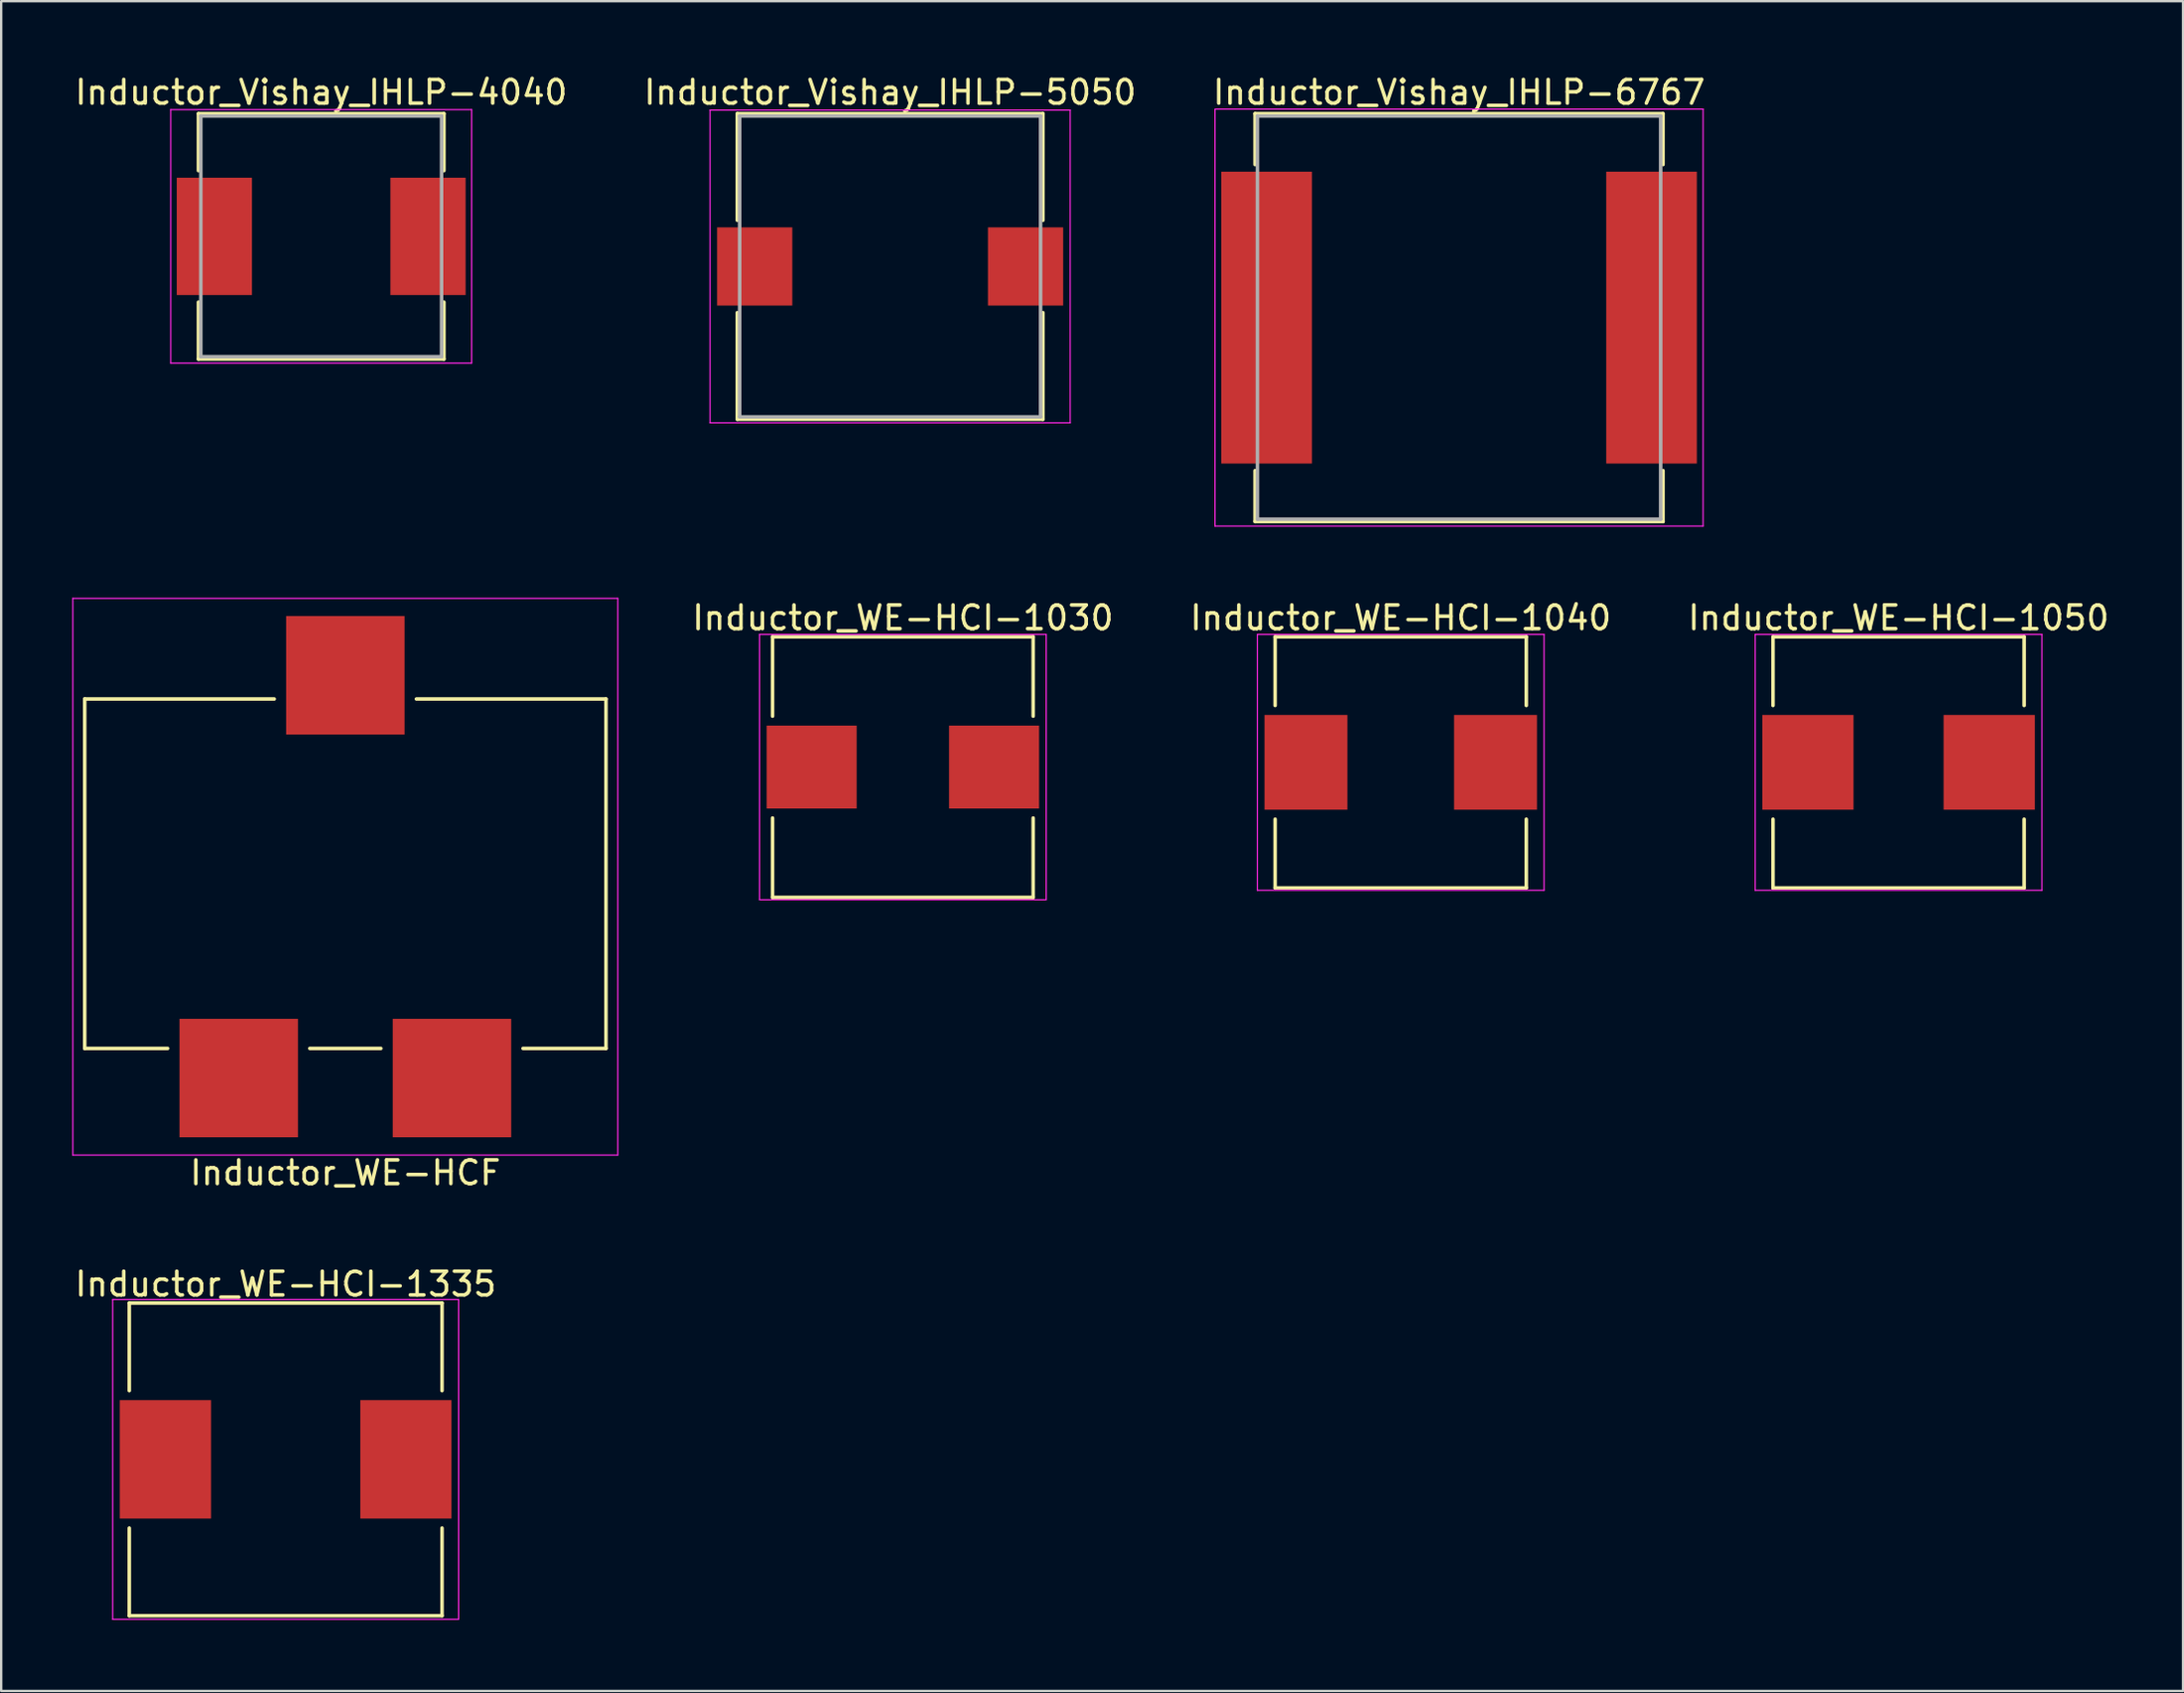
<source format=kicad_pcb>
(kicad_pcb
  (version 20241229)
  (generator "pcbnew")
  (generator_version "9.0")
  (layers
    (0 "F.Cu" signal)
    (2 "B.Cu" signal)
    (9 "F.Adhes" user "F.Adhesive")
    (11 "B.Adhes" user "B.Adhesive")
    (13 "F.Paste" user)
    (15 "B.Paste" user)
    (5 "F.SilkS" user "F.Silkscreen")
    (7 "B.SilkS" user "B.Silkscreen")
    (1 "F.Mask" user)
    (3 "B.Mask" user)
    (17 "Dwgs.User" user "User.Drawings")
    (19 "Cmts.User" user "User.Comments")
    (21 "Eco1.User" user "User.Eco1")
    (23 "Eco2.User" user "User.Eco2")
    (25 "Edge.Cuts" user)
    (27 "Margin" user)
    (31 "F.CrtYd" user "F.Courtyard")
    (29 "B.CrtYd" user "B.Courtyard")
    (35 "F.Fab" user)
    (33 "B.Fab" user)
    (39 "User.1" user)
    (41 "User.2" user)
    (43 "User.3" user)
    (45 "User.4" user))
  (footprint "Inductor_WE-HCF"
    (layer "F.Cu")
    (at 11.525 33.957)
    (property "Reference" "Inductor_WE-HCF" (at 0 12.5 0) (layer "F.SilkS") (effects (font (size 1 1) (thickness 0.15))))
    (attr smd)
    (fp_line (start -11 -7.5) (end -11 7.25) (stroke (width 0.15) (type solid)) (layer "F.SilkS"))
    (fp_line (start -7.5 7.25) (end -11 7.25) (stroke (width 0.15) (type solid)) (layer "F.SilkS"))
    (fp_line (start -3 -7.5) (end -11 -7.5) (stroke (width 0.15) (type solid)) (layer "F.SilkS"))
    (fp_line (start 1.5 7.25) (end -1.5 7.25) (stroke (width 0.15) (type solid)) (layer "F.SilkS"))
    (fp_line (start 11 -7.5) (end 3 -7.5) (stroke (width 0.15) (type solid)) (layer "F.SilkS"))
    (fp_line (start 11 -7.5) (end 11 7.25) (stroke (width 0.15) (type solid)) (layer "F.SilkS"))
    (fp_line (start 11 7.25) (end 7.5 7.25) (stroke (width 0.15) (type solid)) (layer "F.SilkS"))
    (fp_line (start -11.5 -11.75) (end -11.5 11.75) (stroke (width 0.05) (type solid)) (layer "F.CrtYd"))
    (fp_line (start -11.5 11.75) (end 11.5 11.75) (stroke (width 0.05) (type solid)) (layer "F.CrtYd"))
    (fp_line (start 11.5 -11.75) (end -11.5 -11.75) (stroke (width 0.05) (type solid)) (layer "F.CrtYd"))
    (fp_line (start 11.5 11.75) (end 11.5 -11.75) (stroke (width 0.05) (type solid)) (layer "F.CrtYd"))
    (pad "" smd rect (at 0 -8.5) (size 5 5) (layers "F.Cu" "F.Mask" "F.Paste"))
    (pad "1" smd rect (at -4.5 8.5) (size 5 5) (layers "F.Cu" "F.Mask" "F.Paste"))
    (pad "2" smd rect (at 4.5 8.5) (size 5 5) (layers "F.Cu" "F.Mask" "F.Paste")))
  (footprint "Inductor_WE-HCI-1040"
    (layer "F.Cu")
    (at 56.068 29.131)
    (property "Reference" "Inductor_WE-HCI-1040" (at 0 -6.1 0) (layer "F.SilkS") (effects (font (size 1 1) (thickness 0.15))))
    (attr smd)
    (fp_line (start -5.3 -5.3) (end 5.3 -5.3) (stroke (width 0.15) (type solid)) (layer "F.SilkS"))
    (fp_line (start -5.3 -2.4) (end -5.3 -5.3) (stroke (width 0.15) (type solid)) (layer "F.SilkS"))
    (fp_line (start -5.3 2.4) (end -5.3 5.3) (stroke (width 0.15) (type solid)) (layer "F.SilkS"))
    (fp_line (start -5.3 5.3) (end 5.3 5.3) (stroke (width 0.15) (type solid)) (layer "F.SilkS"))
    (fp_line (start 5.3 -5.3) (end 5.3 -2.4) (stroke (width 0.15) (type solid)) (layer "F.SilkS"))
    (fp_line (start 5.3 5.3) (end 5.3 2.4) (stroke (width 0.15) (type solid)) (layer "F.SilkS"))
    (fp_line (start -6.05 -5.4) (end -6.05 5.4) (stroke (width 0.05) (type solid)) (layer "F.CrtYd"))
    (fp_line (start -6.05 5.4) (end 6.05 5.4) (stroke (width 0.05) (type solid)) (layer "F.CrtYd"))
    (fp_line (start 6.05 -5.4) (end -6.05 -5.4) (stroke (width 0.05) (type solid)) (layer "F.CrtYd"))
    (fp_line (start 6.05 5.4) (end 6.05 -5.4) (stroke (width 0.05) (type solid)) (layer "F.CrtYd"))
    (pad "1" smd rect (at -4 0) (size 3.5 4) (layers "F.Cu" "F.Mask" "F.Paste"))
    (pad "2" smd rect (at 4 0) (size 3.5 4) (layers "F.Cu" "F.Mask" "F.Paste")))
  (footprint "Inductor_WE-HCI-1050"
    (layer "F.Cu")
    (at 77.08 29.131)
    (property "Reference" "Inductor_WE-HCI-1050" (at 0 -6.1 0) (layer "F.SilkS") (effects (font (size 1 1) (thickness 0.15))))
    (attr smd)
    (fp_line (start -5.3 -5.3) (end 5.3 -5.3) (stroke (width 0.15) (type solid)) (layer "F.SilkS"))
    (fp_line (start -5.3 -2.4) (end -5.3 -5.3) (stroke (width 0.15) (type solid)) (layer "F.SilkS"))
    (fp_line (start -5.3 2.4) (end -5.3 5.3) (stroke (width 0.15) (type solid)) (layer "F.SilkS"))
    (fp_line (start -5.3 5.3) (end 5.3 5.3) (stroke (width 0.15) (type solid)) (layer "F.SilkS"))
    (fp_line (start 5.3 -5.3) (end 5.3 -2.4) (stroke (width 0.15) (type solid)) (layer "F.SilkS"))
    (fp_line (start 5.3 5.3) (end 5.3 2.4) (stroke (width 0.15) (type solid)) (layer "F.SilkS"))
    (fp_line (start -6.05 -5.4) (end -6.05 5.4) (stroke (width 0.05) (type solid)) (layer "F.CrtYd"))
    (fp_line (start -6.05 5.4) (end 6.05 5.4) (stroke (width 0.05) (type solid)) (layer "F.CrtYd"))
    (fp_line (start 6.05 -5.4) (end -6.05 -5.4) (stroke (width 0.05) (type solid)) (layer "F.CrtYd"))
    (fp_line (start 6.05 5.4) (end 6.05 -5.4) (stroke (width 0.05) (type solid)) (layer "F.CrtYd"))
    (pad "1" smd rect (at -3.825 0) (size 3.85 4) (layers "F.Cu" "F.Mask" "F.Paste"))
    (pad "2" smd rect (at 3.825 0) (size 3.85 4) (layers "F.Cu" "F.Mask" "F.Paste")))
  (footprint "Inductor_Vishay_IHLP-5050"
    (layer "F.Cu")
    (at 34.518 8.198)
    (property "Reference" "Inductor_Vishay_IHLP-5050" (at 0 -7.35 0) (layer "F.SilkS") (effects (font (size 1 1) (thickness 0.15))))
    (attr smd)
    (fp_line (start -6.45 -6.45) (end 6.45 -6.45) (stroke (width 0.15) (type solid)) (layer "F.SilkS"))
    (fp_line (start -6.45 -1.95) (end -6.45 -6.45) (stroke (width 0.15) (type solid)) (layer "F.SilkS"))
    (fp_line (start -6.45 1.95) (end -6.45 6.45) (stroke (width 0.15) (type solid)) (layer "F.SilkS"))
    (fp_line (start -6.45 6.45) (end 6.45 6.45) (stroke (width 0.15) (type solid)) (layer "F.SilkS"))
    (fp_line (start 6.45 -6.45) (end 6.45 -1.95) (stroke (width 0.15) (type solid)) (layer "F.SilkS"))
    (fp_line (start 6.45 6.45) (end 6.45 1.95) (stroke (width 0.15) (type solid)) (layer "F.SilkS"))
    (fp_line (start -7.6 -6.6) (end -7.6 6.6) (stroke (width 0.05) (type solid)) (layer "F.CrtYd"))
    (fp_line (start -7.6 6.6) (end 7.6 6.6) (stroke (width 0.05) (type solid)) (layer "F.CrtYd"))
    (fp_line (start 7.6 -6.6) (end -7.6 -6.6) (stroke (width 0.05) (type solid)) (layer "F.CrtYd"))
    (fp_line (start 7.6 6.6) (end 7.6 -6.6) (stroke (width 0.05) (type solid)) (layer "F.CrtYd"))
    (fp_line (start -6.35 -6.35) (end -6.35 6.35) (stroke (width 0.15) (type solid)) (layer "F.Fab"))
    (fp_line (start -6.35 6.35) (end 6.35 6.35) (stroke (width 0.15) (type solid)) (layer "F.Fab"))
    (fp_line (start 6.35 -6.35) (end -6.35 -6.35) (stroke (width 0.15) (type solid)) (layer "F.Fab"))
    (fp_line (start 6.35 6.35) (end 6.35 -6.35) (stroke (width 0.15) (type solid)) (layer "F.Fab"))
    (pad "1" smd rect (at -5.715 0) (size 3.175 3.3) (layers "F.Cu" "F.Mask" "F.Paste"))
    (pad "2" smd rect (at 5.715 0) (size 3.175 3.3) (layers "F.Cu" "F.Mask" "F.Paste")))
  (footprint "Inductor_Vishay_IHLP-6767"
    (layer "F.Cu")
    (at 58.53 10.357)
    (property "Reference" "Inductor_Vishay_IHLP-6767" (at 0 -9.509 0) (layer "F.SilkS") (effects (font (size 1 1) (thickness 0.15))))
    (attr smd)
    (fp_line (start -8.609 -8.609) (end 8.609 -8.609) (stroke (width 0.15) (type solid)) (layer "F.SilkS"))
    (fp_line (start -8.609 -6.46) (end -8.609 -8.609) (stroke (width 0.15) (type solid)) (layer "F.SilkS"))
    (fp_line (start -8.609 6.46) (end -8.609 8.609) (stroke (width 0.15) (type solid)) (layer "F.SilkS"))
    (fp_line (start -8.609 8.609) (end 8.609 8.609) (stroke (width 0.15) (type solid)) (layer "F.SilkS"))
    (fp_line (start 8.609 -8.609) (end 8.609 -6.46) (stroke (width 0.15) (type solid)) (layer "F.SilkS"))
    (fp_line (start 8.609 8.609) (end 8.609 6.46) (stroke (width 0.15) (type solid)) (layer "F.SilkS"))
    (fp_line (start -10.3 -8.8) (end -10.3 8.8) (stroke (width 0.05) (type solid)) (layer "F.CrtYd"))
    (fp_line (start -10.3 8.8) (end 10.3 8.8) (stroke (width 0.05) (type solid)) (layer "F.CrtYd"))
    (fp_line (start 10.3 -8.8) (end -10.3 -8.8) (stroke (width 0.05) (type solid)) (layer "F.CrtYd"))
    (fp_line (start 10.3 8.8) (end 10.3 -8.8) (stroke (width 0.05) (type solid)) (layer "F.CrtYd"))
    (fp_line (start -8.509 -8.509) (end -8.509 8.509) (stroke (width 0.15) (type solid)) (layer "F.Fab"))
    (fp_line (start -8.509 8.509) (end 8.509 8.509) (stroke (width 0.15) (type solid)) (layer "F.Fab"))
    (fp_line (start 8.509 -8.509) (end -8.509 -8.509) (stroke (width 0.15) (type solid)) (layer "F.Fab"))
    (fp_line (start 8.509 8.509) (end 8.509 -8.509) (stroke (width 0.15) (type solid)) (layer "F.Fab"))
    (pad "1" smd rect (at -8.123 0) (size 3.825 12.32) (layers "F.Cu" "F.Mask" "F.Paste"))
    (pad "2" smd rect (at 8.123 0) (size 3.825 12.32) (layers "F.Cu" "F.Mask" "F.Paste")))
  (footprint "Inductor_WE-HCI-1335"
    (layer "F.Cu")
    (at 9.006 58.554)
    (property "Reference" "Inductor_WE-HCI-1335" (at 0 -7.4 0) (layer "F.SilkS") (effects (font (size 1 1) (thickness 0.15))))
    (attr smd)
    (fp_line (start -6.6 -6.6) (end 6.6 -6.6) (stroke (width 0.15) (type solid)) (layer "F.SilkS"))
    (fp_line (start -6.6 -2.9) (end -6.6 -6.6) (stroke (width 0.15) (type solid)) (layer "F.SilkS"))
    (fp_line (start -6.6 2.9) (end -6.6 6.6) (stroke (width 0.15) (type solid)) (layer "F.SilkS"))
    (fp_line (start -6.6 6.6) (end 6.6 6.6) (stroke (width 0.15) (type solid)) (layer "F.SilkS"))
    (fp_line (start 6.6 -6.6) (end 6.6 -2.9) (stroke (width 0.15) (type solid)) (layer "F.SilkS"))
    (fp_line (start 6.6 6.6) (end 6.6 2.9) (stroke (width 0.15) (type solid)) (layer "F.SilkS"))
    (fp_line (start -7.3 -6.75) (end -7.3 6.75) (stroke (width 0.05) (type solid)) (layer "F.CrtYd"))
    (fp_line (start -7.3 6.75) (end 7.3 6.75) (stroke (width 0.05) (type solid)) (layer "F.CrtYd"))
    (fp_line (start 7.3 -6.75) (end -7.3 -6.75) (stroke (width 0.05) (type solid)) (layer "F.CrtYd"))
    (fp_line (start 7.3 6.75) (end 7.3 -6.75) (stroke (width 0.05) (type solid)) (layer "F.CrtYd"))
    (pad "1" smd rect (at -5.075 0) (size 3.85 5) (layers "F.Cu" "F.Mask" "F.Paste"))
    (pad "2" smd rect (at 5.075 0) (size 3.85 5) (layers "F.Cu" "F.Mask" "F.Paste")))
  (footprint "Inductor_Vishay_IHLP-4040"
    (layer "F.Cu")
    (at 10.506 6.928)
    (property "Reference" "Inductor_Vishay_IHLP-4040" (at 0 -6.08 0) (layer "F.SilkS") (effects (font (size 1 1) (thickness 0.15))))
    (attr smd)
    (fp_line (start -5.18 -5.18) (end 5.18 -5.18) (stroke (width 0.15) (type solid)) (layer "F.SilkS"))
    (fp_line (start -5.18 -2.775) (end -5.18 -5.18) (stroke (width 0.15) (type solid)) (layer "F.SilkS"))
    (fp_line (start -5.18 2.775) (end -5.18 5.18) (stroke (width 0.15) (type solid)) (layer "F.SilkS"))
    (fp_line (start -5.18 5.18) (end 5.18 5.18) (stroke (width 0.15) (type solid)) (layer "F.SilkS"))
    (fp_line (start 5.18 -5.18) (end 5.18 -2.775) (stroke (width 0.15) (type solid)) (layer "F.SilkS"))
    (fp_line (start 5.18 5.18) (end 5.18 2.775) (stroke (width 0.15) (type solid)) (layer "F.SilkS"))
    (fp_line (start -6.35 -5.35) (end -6.35 5.35) (stroke (width 0.05) (type solid)) (layer "F.CrtYd"))
    (fp_line (start -6.35 5.35) (end 6.35 5.35) (stroke (width 0.05) (type solid)) (layer "F.CrtYd"))
    (fp_line (start 6.35 -5.35) (end -6.35 -5.35) (stroke (width 0.05) (type solid)) (layer "F.CrtYd"))
    (fp_line (start 6.35 5.35) (end 6.35 -5.35) (stroke (width 0.05) (type solid)) (layer "F.CrtYd"))
    (fp_line (start -5.08 -5.08) (end -5.08 5.08) (stroke (width 0.15) (type solid)) (layer "F.Fab"))
    (fp_line (start -5.08 5.08) (end 5.08 5.08) (stroke (width 0.15) (type solid)) (layer "F.Fab"))
    (fp_line (start 5.08 -5.08) (end -5.08 -5.08) (stroke (width 0.15) (type solid)) (layer "F.Fab"))
    (fp_line (start 5.08 5.08) (end 5.08 -5.08) (stroke (width 0.15) (type solid)) (layer "F.Fab"))
    (pad "1" smd rect (at -4.508 0) (size 3.175 4.95) (layers "F.Cu" "F.Mask" "F.Paste"))
    (pad "2" smd rect (at 4.508 0) (size 3.175 4.95) (layers "F.Cu" "F.Mask" "F.Paste")))
  (footprint "Inductor_WE-HCI-1030"
    (layer "F.Cu")
    (at 35.056 29.331)
    (property "Reference" "Inductor_WE-HCI-1030" (at 0 -6.3 0) (layer "F.SilkS") (effects (font (size 1 1) (thickness 0.15))))
    (attr smd)
    (fp_line (start -5.5 -5.5) (end 5.5 -5.5) (stroke (width 0.15) (type solid)) (layer "F.SilkS"))
    (fp_line (start -5.5 -2.15) (end -5.5 -5.5) (stroke (width 0.15) (type solid)) (layer "F.SilkS"))
    (fp_line (start -5.5 2.15) (end -5.5 5.5) (stroke (width 0.15) (type solid)) (layer "F.SilkS"))
    (fp_line (start -5.5 5.5) (end 5.5 5.5) (stroke (width 0.15) (type solid)) (layer "F.SilkS"))
    (fp_line (start 5.5 -5.5) (end 5.5 -2.15) (stroke (width 0.15) (type solid)) (layer "F.SilkS"))
    (fp_line (start 5.5 5.5) (end 5.5 2.15) (stroke (width 0.15) (type solid)) (layer "F.SilkS"))
    (fp_line (start -6.05 -5.6) (end -6.05 5.6) (stroke (width 0.05) (type solid)) (layer "F.CrtYd"))
    (fp_line (start -6.05 5.6) (end 6.05 5.6) (stroke (width 0.05) (type solid)) (layer "F.CrtYd"))
    (fp_line (start 6.05 -5.6) (end -6.05 -5.6) (stroke (width 0.05) (type solid)) (layer "F.CrtYd"))
    (fp_line (start 6.05 5.6) (end 6.05 -5.6) (stroke (width 0.05) (type solid)) (layer "F.CrtYd"))
    (pad "1" smd rect (at -3.85 0) (size 3.8 3.5) (layers "F.Cu" "F.Mask" "F.Paste"))
    (pad "2" smd rect (at 3.85 0) (size 3.8 3.5) (layers "F.Cu" "F.Mask" "F.Paste")))
  (gr_rect
    (start -3 -3)
    (end 89.086 68.329)
    (stroke (width 0.1) (type default))
    (fill no)
    (layer "Edge.Cuts")))
</source>
